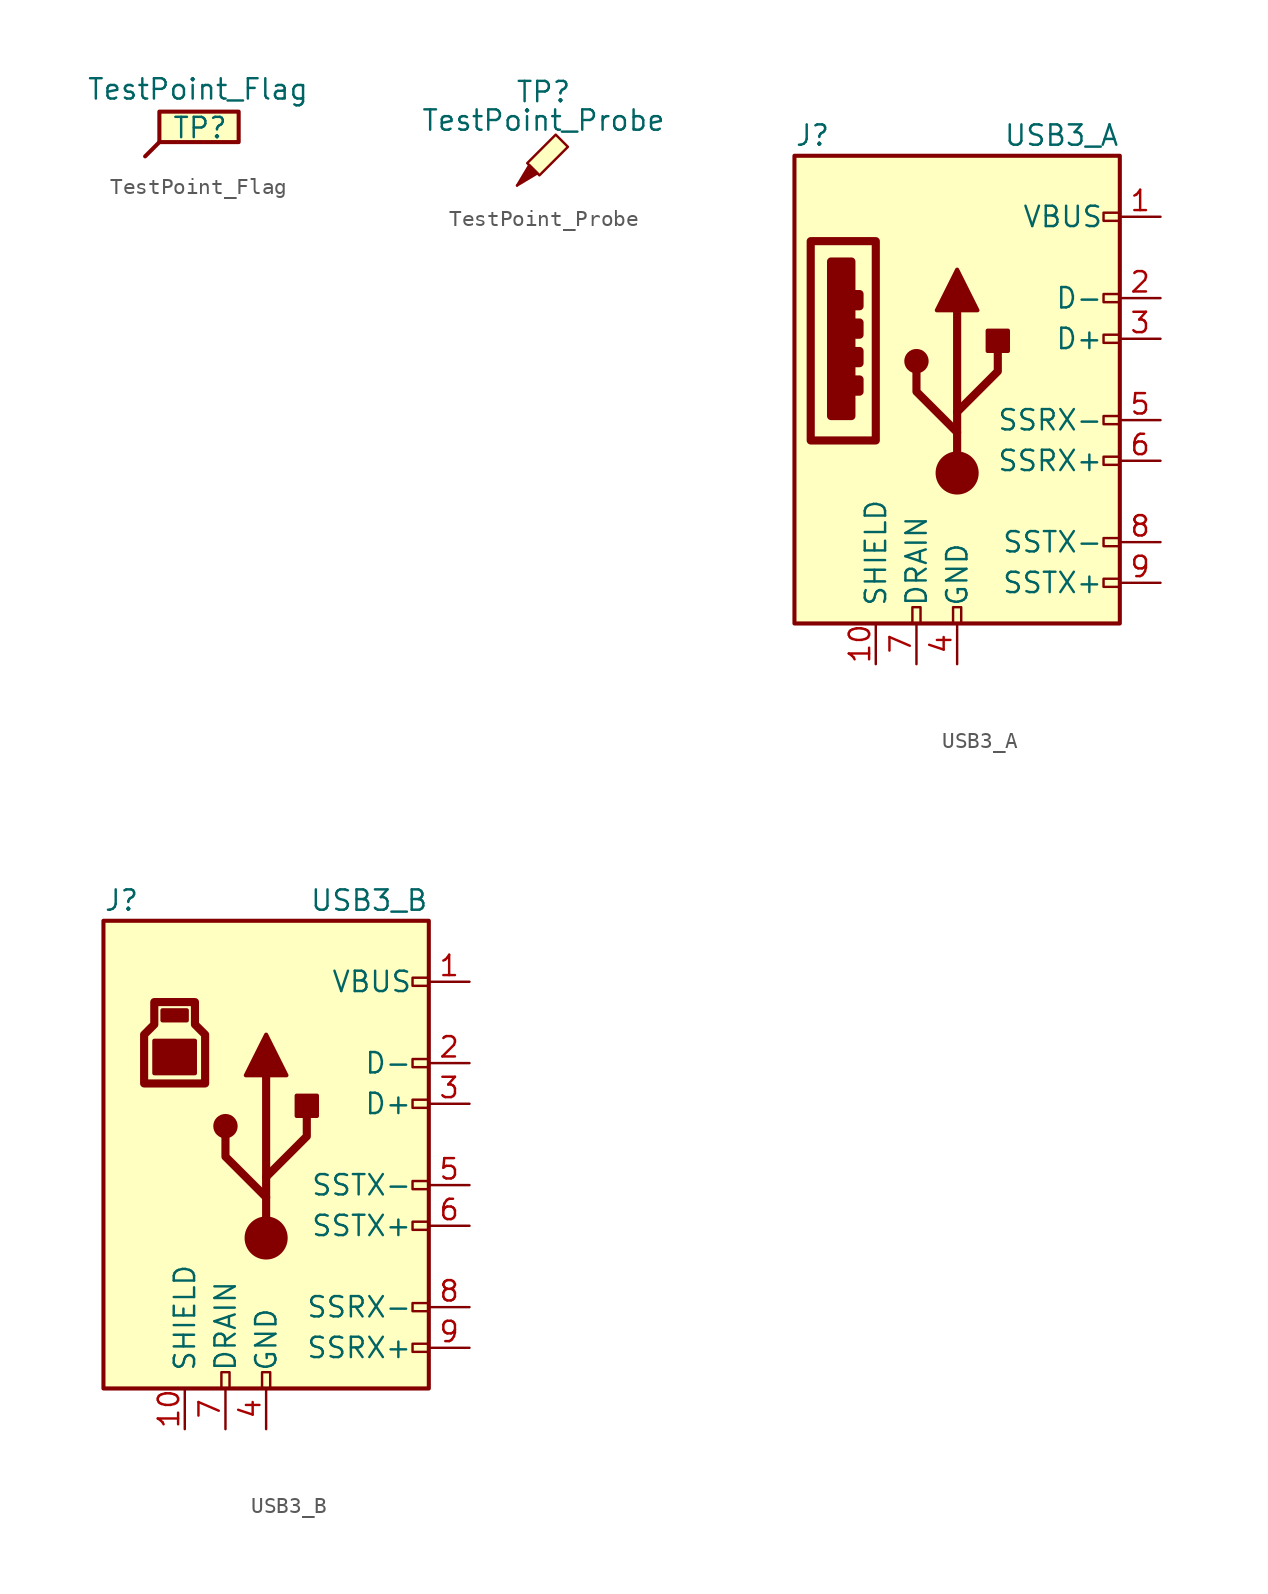
<source format=kicad_sym>
(kicad_symbol_lib
  (version 20220914)
  (generator kicad_symbol_editor)
  (symbol "TestPoint_Flag"
    (pin_numbers hide)
    (pin_names
      (offset 0.762) hide)
    (property "Reference" "TP"
      (at 3.429 1.778 0)
      (effects (font (size 1.27 1.27))))
    (property "Value" "TestPoint_Flag"
      (at 3.302 4.191 0)
      (effects (font (size 1.27 1.27))))
    (symbol "TestPoint_Flag_0_1"
      (polyline (pts (xy 0 0) (xy 0.889 0.889)) (stroke (width 0.254) (type default)) (fill (type none)))
      (rectangle (start 0.889 2.794) (end 5.842 0.889) (stroke (width 0.254) (type default)) (fill (type background))))
    (symbol "TestPoint_Flag_1_1"
      (pin passive line (at 0 0 90) (length 0) (name "1" (effects (font (size 1.27 1.27)))) (number "1" (effects (font (size 1.27 1.27)))))))
  (symbol "TestPoint_Probe"
    (pin_numbers hide)
    (pin_names
      (offset 0.762) hide)
    (property "Reference" "TP"
      (at 1.651 5.842 0)
      (effects (font (size 1.27 1.27))))
    (property "Value" "TestPoint_Probe"
      (at 1.651 4.064 0)
      (effects (font (size 1.27 1.27))))
    (symbol "TestPoint_Probe_0_1"
      (polyline (pts (xy 1.27 0.762) (xy 0 0) (xy 0.762 1.27) (xy 1.27 0.762)) (stroke (width 0) (type default)) (fill (type outline)))
      (polyline (pts (xy 1.397 0.635) (xy 0.635 1.397) (xy 2.413 3.175) (xy 3.175 2.413) (xy 1.397 0.635)) (stroke (width 0) (type default)) (fill (type background))))
    (symbol "TestPoint_Probe_1_1"
      (pin passive line (at 0 0 90) (length 0) (name "1" (effects (font (size 1.27 1.27)))) (number "1" (effects (font (size 1.27 1.27)))))))
  (symbol "USB3_A"
    (pin_names
      (offset 1.016))
    (property "Reference" "J"
      (at -10.16 15.24 0)
      (effects (font (size 1.27 1.27)) (justify left)))
    (property "Value" "USB3_A"
      (at 10.16 15.24 0)
      (effects (font (size 1.27 1.27)) (justify right)))
    (symbol "USB3_A_0_0"
      (rectangle (start -9.144 8.636) (end -5.08 -3.81) (stroke (width 0.508) (type default)) (fill (type none)))
      (rectangle (start -7.874 7.366) (end -6.604 -2.286) (stroke (width 0.508) (type default)) (fill (type outline)))
      (rectangle (start -6.35 0) (end -6.096 -0.762) (stroke (width 0.508) (type default)) (fill (type none)))
      (rectangle (start -6.35 1.778) (end -6.096 1.016) (stroke (width 0.508) (type default)) (fill (type none)))
      (rectangle (start -6.35 3.556) (end -6.096 2.794) (stroke (width 0.508) (type default)) (fill (type none)))
      (rectangle (start -6.35 5.334) (end -6.096 4.572) (stroke (width 0.508) (type default)) (fill (type none)))
      (rectangle (start -2.794 -15.24) (end -2.286 -14.224) (stroke (width 0) (type default)) (fill (type none)))
      (rectangle (start -0.254 -15.24) (end 0.254 -14.224) (stroke (width 0) (type default)) (fill (type none)))
      (rectangle (start 10.16 -12.446) (end 9.144 -12.954) (stroke (width 0) (type default)) (fill (type none)))
      (rectangle (start 10.16 -9.906) (end 9.144 -10.414) (stroke (width 0) (type default)) (fill (type none)))
      (rectangle (start 10.16 -4.826) (end 9.144 -5.334) (stroke (width 0) (type default)) (fill (type none)))
      (rectangle (start 10.16 -2.286) (end 9.144 -2.794) (stroke (width 0) (type default)) (fill (type none)))
      (rectangle (start 10.16 2.794) (end 9.144 2.286) (stroke (width 0) (type default)) (fill (type none)))
      (rectangle (start 10.16 5.334) (end 9.144 4.826) (stroke (width 0) (type default)) (fill (type none)))
      (rectangle (start 10.16 10.414) (end 9.144 9.906) (stroke (width 0) (type default)) (fill (type none))))
    (symbol "USB3_A_0_1"
      (rectangle (start -10.16 13.97) (end 10.16 -15.24) (stroke (width 0.254) (type default)) (fill (type background))))
    (symbol "USB3_A_1_1"
      (circle (center -2.54 1.143) (radius 0.635) (stroke (width 0.254) (type default)) (fill (type outline)))
      (circle (center 0 -5.842) (radius 1.27) (stroke (width 0) (type default)) (fill (type outline)))
      (polyline (pts (xy 0 -5.842) (xy 0 4.318)) (stroke (width 0.508) (type default)) (fill (type none)))
      (polyline (pts (xy 0 -3.302) (xy -2.54 -0.762) (xy -2.54 0.508)) (stroke (width 0.508) (type default)) (fill (type none)))
      (polyline (pts (xy 0 -2.032) (xy 2.54 0.508) (xy 2.54 1.778)) (stroke (width 0.508) (type default)) (fill (type none)))
      (polyline (pts (xy -1.27 4.318) (xy 0 6.858) (xy 1.27 4.318) (xy -1.27 4.318)) (stroke (width 0.254) (type default)) (fill (type outline)))
      (rectangle (start 1.905 1.778) (end 3.175 3.048) (stroke (width 0.254) (type default)) (fill (type outline)))
      (pin power_in line (at 12.7 10.16 180) (length 2.54) (name "VBUS" (effects (font (size 1.27 1.27)))) (number "1" (effects (font (size 1.27 1.27)))))
      (pin passive line (at -5.08 -17.78 90) (length 2.54) (name "SHIELD" (effects (font (size 1.27 1.27)))) (number "10" (effects (font (size 1.27 1.27)))))
      (pin bidirectional line (at 12.7 5.08 180) (length 2.54) (name "D-" (effects (font (size 1.27 1.27)))) (number "2" (effects (font (size 1.27 1.27)))))
      (pin bidirectional line (at 12.7 2.54 180) (length 2.54) (name "D+" (effects (font (size 1.27 1.27)))) (number "3" (effects (font (size 1.27 1.27)))))
      (pin power_in line (at 0 -17.78 90) (length 2.54) (name "GND" (effects (font (size 1.27 1.27)))) (number "4" (effects (font (size 1.27 1.27)))))
      (pin output line (at 12.7 -2.54 180) (length 2.54) (name "SSRX-" (effects (font (size 1.27 1.27)))) (number "5" (effects (font (size 1.27 1.27)))))
      (pin output line (at 12.7 -5.08 180) (length 2.54) (name "SSRX+" (effects (font (size 1.27 1.27)))) (number "6" (effects (font (size 1.27 1.27)))))
      (pin passive line (at -2.54 -17.78 90) (length 2.54) (name "DRAIN" (effects (font (size 1.27 1.27)))) (number "7" (effects (font (size 1.27 1.27)))))
      (pin input line (at 12.7 -10.16 180) (length 2.54) (name "SSTX-" (effects (font (size 1.27 1.27)))) (number "8" (effects (font (size 1.27 1.27)))))
      (pin input line (at 12.7 -12.7 180) (length 2.54) (name "SSTX+" (effects (font (size 1.27 1.27)))) (number "9" (effects (font (size 1.27 1.27)))))))
  (symbol "USB3_B"
    (pin_names
      (offset 1.016))
    (property "Reference" "J"
      (at -10.16 15.24 0)
      (effects (font (size 1.27 1.27)) (justify left)))
    (property "Value" "USB3_B"
      (at 10.16 15.24 0)
      (effects (font (size 1.27 1.27)) (justify right)))
    (symbol "USB3_B_0_0"
      (rectangle (start -2.794 -15.24) (end -2.286 -14.224) (stroke (width 0) (type default)) (fill (type none)))
      (rectangle (start -0.254 -15.24) (end 0.254 -14.224) (stroke (width 0) (type default)) (fill (type none)))
      (rectangle (start 10.16 -12.446) (end 9.144 -12.954) (stroke (width 0) (type default)) (fill (type none)))
      (rectangle (start 10.16 -9.906) (end 9.144 -10.414) (stroke (width 0) (type default)) (fill (type none)))
      (rectangle (start 10.16 -4.826) (end 9.144 -5.334) (stroke (width 0) (type default)) (fill (type none)))
      (rectangle (start 10.16 -2.286) (end 9.144 -2.794) (stroke (width 0) (type default)) (fill (type none)))
      (rectangle (start 10.16 2.794) (end 9.144 2.286) (stroke (width 0) (type default)) (fill (type none)))
      (rectangle (start 10.16 5.334) (end 9.144 4.826) (stroke (width 0) (type default)) (fill (type none)))
      (rectangle (start 10.16 10.414) (end 9.144 9.906) (stroke (width 0) (type default)) (fill (type none))))
    (symbol "USB3_B_0_1"
      (rectangle (start -10.16 13.97) (end 10.16 -15.24) (stroke (width 0.254) (type default)) (fill (type background)))
      (rectangle (start -6.477 8.382) (end -4.953 7.747) (stroke (width 0.254) (type default)) (fill (type outline)))
      (rectangle (start -4.445 4.445) (end -6.985 6.477) (stroke (width 0.254) (type default)) (fill (type outline)))
      (polyline (pts (xy -6.985 8.89) (xy -6.985 7.493) (xy -7.62 6.858) (xy -7.62 3.81) (xy -3.81 3.81) (xy -3.81 6.858) (xy -4.445 7.493) (xy -4.445 8.89) (xy -6.858 8.89) (xy -6.985 8.89)) (stroke (width 0.508) (type default)) (fill (type none))))
    (symbol "USB3_B_1_1"
      (circle (center -2.54 1.143) (radius 0.635) (stroke (width 0.254) (type default)) (fill (type outline)))
      (circle (center 0 -5.842) (radius 1.27) (stroke (width 0) (type default)) (fill (type outline)))
      (polyline (pts (xy 0 -5.842) (xy 0 4.318)) (stroke (width 0.508) (type default)) (fill (type none)))
      (polyline (pts (xy 0 -3.302) (xy -2.54 -0.762) (xy -2.54 0.508)) (stroke (width 0.508) (type default)) (fill (type none)))
      (polyline (pts (xy 0 -2.032) (xy 2.54 0.508) (xy 2.54 1.778)) (stroke (width 0.508) (type default)) (fill (type none)))
      (polyline (pts (xy -1.27 4.318) (xy 0 6.858) (xy 1.27 4.318) (xy -1.27 4.318)) (stroke (width 0.254) (type default)) (fill (type outline)))
      (rectangle (start 1.905 1.778) (end 3.175 3.048) (stroke (width 0.254) (type default)) (fill (type outline)))
      (pin power_out line (at 12.7 10.16 180) (length 2.54) (name "VBUS" (effects (font (size 1.27 1.27)))) (number "1" (effects (font (size 1.27 1.27)))))
      (pin passive line (at -5.08 -17.78 90) (length 2.54) (name "SHIELD" (effects (font (size 1.27 1.27)))) (number "10" (effects (font (size 1.27 1.27)))))
      (pin bidirectional line (at 12.7 5.08 180) (length 2.54) (name "D-" (effects (font (size 1.27 1.27)))) (number "2" (effects (font (size 1.27 1.27)))))
      (pin bidirectional line (at 12.7 2.54 180) (length 2.54) (name "D+" (effects (font (size 1.27 1.27)))) (number "3" (effects (font (size 1.27 1.27)))))
      (pin power_out line (at 0 -17.78 90) (length 2.54) (name "GND" (effects (font (size 1.27 1.27)))) (number "4" (effects (font (size 1.27 1.27)))))
      (pin output line (at 12.7 -2.54 180) (length 2.54) (name "SSTX-" (effects (font (size 1.27 1.27)))) (number "5" (effects (font (size 1.27 1.27)))))
      (pin output line (at 12.7 -5.08 180) (length 2.54) (name "SSTX+" (effects (font (size 1.27 1.27)))) (number "6" (effects (font (size 1.27 1.27)))))
      (pin passive line (at -2.54 -17.78 90) (length 2.54) (name "DRAIN" (effects (font (size 1.27 1.27)))) (number "7" (effects (font (size 1.27 1.27)))))
      (pin input line (at 12.7 -10.16 180) (length 2.54) (name "SSRX-" (effects (font (size 1.27 1.27)))) (number "8" (effects (font (size 1.27 1.27)))))
      (pin input line (at 12.7 -12.7 180) (length 2.54) (name "SSRX+" (effects (font (size 1.27 1.27)))) (number "9" (effects (font (size 1.27 1.27))))))))
</source>
